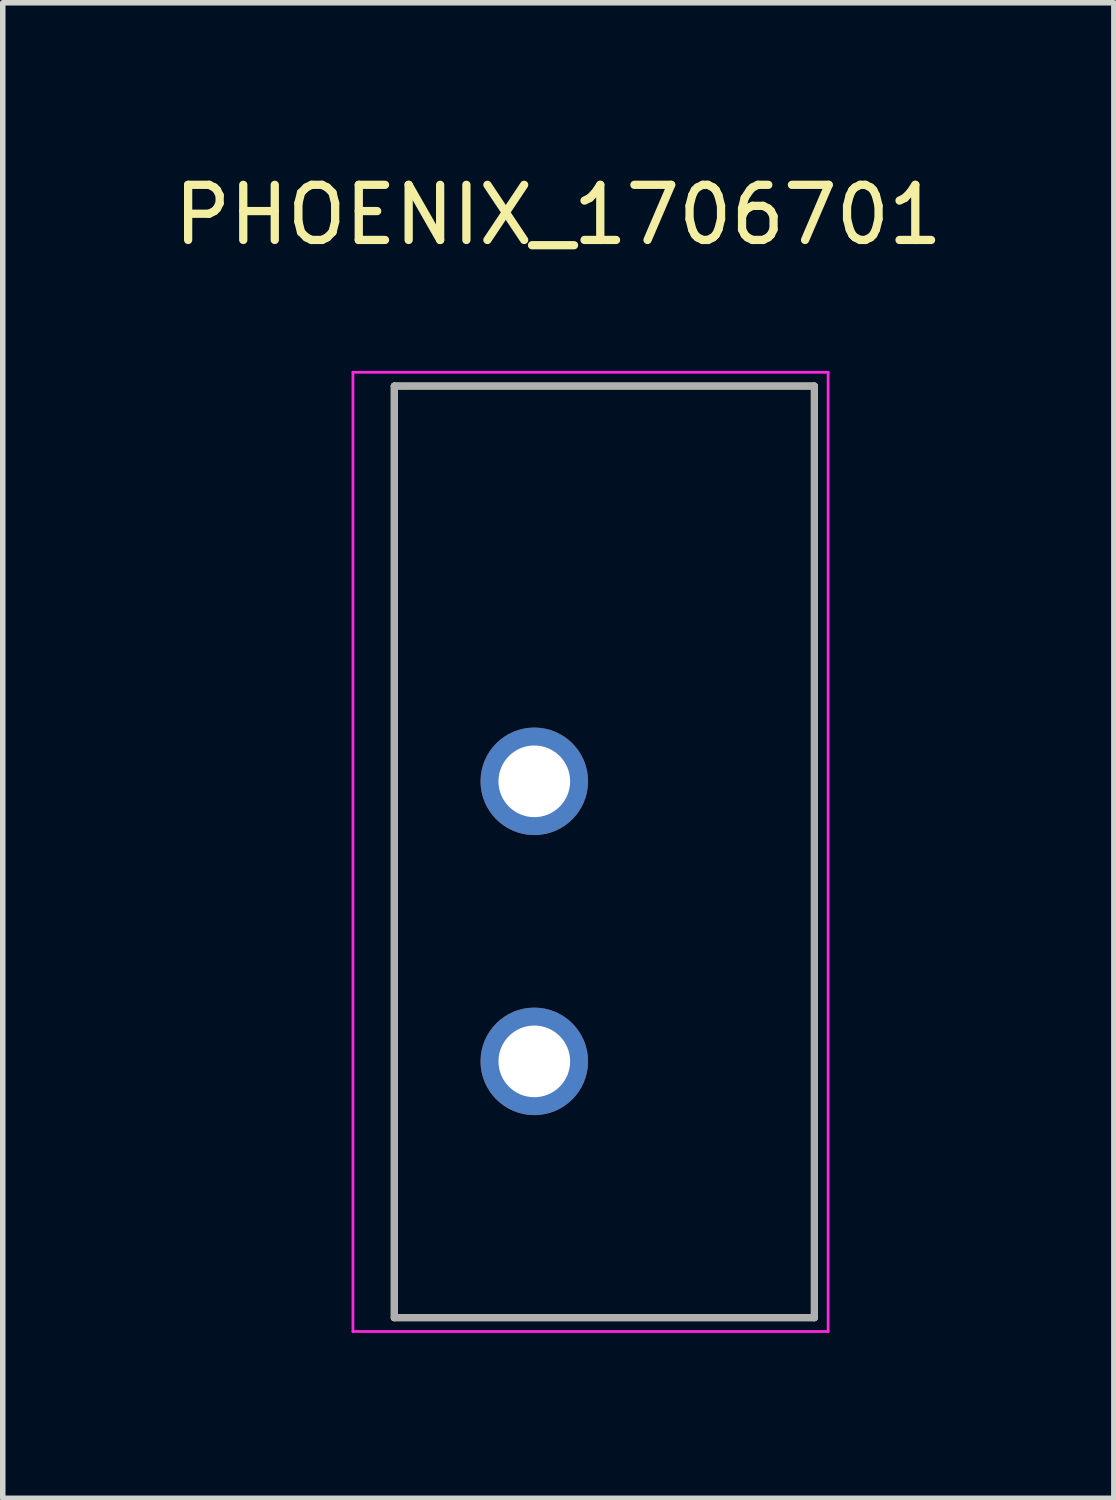
<source format=kicad_pcb>
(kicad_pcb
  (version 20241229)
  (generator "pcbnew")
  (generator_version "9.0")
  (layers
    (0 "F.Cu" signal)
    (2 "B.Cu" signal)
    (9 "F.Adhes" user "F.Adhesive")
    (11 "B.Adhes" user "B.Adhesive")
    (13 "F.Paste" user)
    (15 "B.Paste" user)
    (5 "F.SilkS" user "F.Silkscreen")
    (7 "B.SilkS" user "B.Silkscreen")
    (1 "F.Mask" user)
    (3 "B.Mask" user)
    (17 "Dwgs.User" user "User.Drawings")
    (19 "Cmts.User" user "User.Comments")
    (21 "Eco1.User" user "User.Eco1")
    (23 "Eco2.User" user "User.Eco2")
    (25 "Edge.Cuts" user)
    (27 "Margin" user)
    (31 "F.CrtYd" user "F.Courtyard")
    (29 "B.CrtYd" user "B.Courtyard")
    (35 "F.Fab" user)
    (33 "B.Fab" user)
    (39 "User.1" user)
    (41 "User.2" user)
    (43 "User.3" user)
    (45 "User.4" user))
  (footprint "PHOENIX_1706701"
    (layer "F.Cu")
    (at 4.102 20.853)
    (property "Reference" "PHOENIX_1706701" (at 2.975 -20.005 0) (layer "F.SilkS") (effects (font (size 1 1) (thickness 0.15))))
    (attr through_hole)
    (fp_line (start 0 -16.9) (end 7.62 -16.9) (stroke (width 0.127) (type solid)) (layer "F.SilkS"))
    (fp_line (start 0 0) (end 0 -16.9) (stroke (width 0.127) (type solid)) (layer "F.SilkS"))
    (fp_line (start 7.62 -16.9) (end 7.62 0) (stroke (width 0.127) (type solid)) (layer "F.SilkS"))
    (fp_line (start 7.62 0) (end 0 0) (stroke (width 0.127) (type solid)) (layer "F.SilkS"))
    (fp_line (start -0.75 -17.15) (end -0.75 0.25) (stroke (width 0.05) (type solid)) (layer "F.CrtYd"))
    (fp_line (start -0.75 0.25) (end 7.87 0.25) (stroke (width 0.05) (type solid)) (layer "F.CrtYd"))
    (fp_line (start 7.87 -17.15) (end -0.75 -17.15) (stroke (width 0.05) (type solid)) (layer "F.CrtYd"))
    (fp_line (start 7.87 0.25) (end 7.87 -17.15) (stroke (width 0.05) (type solid)) (layer "F.CrtYd"))
    (fp_line (start 0 -16.9) (end 7.62 -16.9) (stroke (width 0.127) (type solid)) (layer "F.Fab"))
    (fp_line (start 0 0) (end 0 -16.9) (stroke (width 0.127) (type solid)) (layer "F.Fab"))
    (fp_line (start 7.62 -16.9) (end 7.62 0) (stroke (width 0.127) (type solid)) (layer "F.Fab"))
    (fp_line (start 7.62 0) (end 0 0) (stroke (width 0.127) (type solid)) (layer "F.Fab"))
    (pad "1_1" thru_hole circle (at 2.54 -9.73) (size 1.95 1.95) (drill 1.3) (layers "*.Cu" "*.Mask"))
    (pad "1_2" thru_hole circle (at 2.54 -4.65) (size 1.95 1.95) (drill 1.3) (layers "*.Cu" "*.Mask")))
  (gr_rect
    (start -3 -3)
    (end 17.155 24.128)
    (stroke (width 0.1) (type default))
    (fill no)
    (layer "Edge.Cuts")))
</source>
